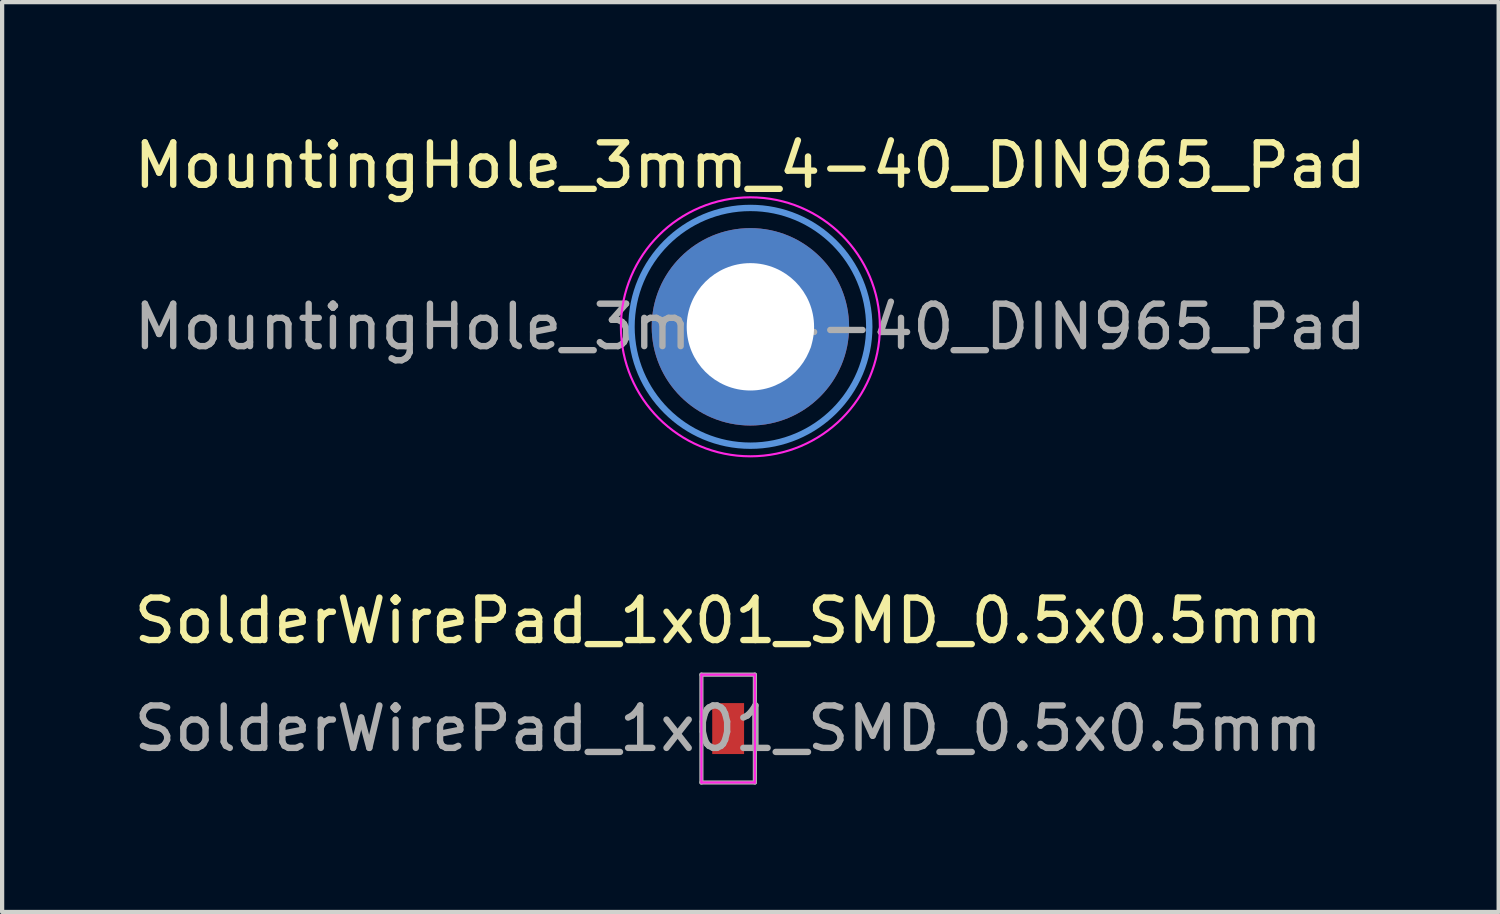
<source format=kicad_pcb>
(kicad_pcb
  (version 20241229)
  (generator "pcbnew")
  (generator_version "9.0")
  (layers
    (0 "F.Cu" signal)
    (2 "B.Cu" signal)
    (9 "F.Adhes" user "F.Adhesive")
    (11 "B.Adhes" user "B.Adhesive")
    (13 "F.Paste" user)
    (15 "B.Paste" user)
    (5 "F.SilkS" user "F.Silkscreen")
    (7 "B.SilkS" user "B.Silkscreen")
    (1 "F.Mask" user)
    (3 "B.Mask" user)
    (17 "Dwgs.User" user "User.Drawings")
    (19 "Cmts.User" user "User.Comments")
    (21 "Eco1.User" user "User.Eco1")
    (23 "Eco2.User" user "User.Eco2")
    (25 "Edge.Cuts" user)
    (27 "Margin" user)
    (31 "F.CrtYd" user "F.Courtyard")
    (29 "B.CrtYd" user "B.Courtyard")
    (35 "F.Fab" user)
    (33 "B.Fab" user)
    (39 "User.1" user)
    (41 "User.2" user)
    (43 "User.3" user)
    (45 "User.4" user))
  (footprint "MountingHole_3mm_4-40_DIN965_Pad"
    (layer "F.Cu")
    (at 14.625 4.648)
    (property "Reference" "MountingHole_3mm_4-40_DIN965_Pad" (at 0 -3.8 0) (layer "F.SilkS") (effects (font (size 1 1) (thickness 0.15))))
    (attr exclude_from_pos_files exclude_from_bom)
    (fp_circle (center 0 0) (end 2.8 0) (stroke (width 0.15) (type solid)) (fill no) (layer "Cmts.User"))
    (fp_circle (center 0 0) (end 3.05 0) (stroke (width 0.05) (type solid)) (fill no) (layer "F.CrtYd"))
    (fp_text user "${REFERENCE}" (at 0 0 0) (layer "F.Fab") (effects (font (size 1 1) (thickness 0.15))))
    (pad "1" thru_hole circle (at 0 0) (size 4.65 4.65) (drill 3) (layers "*.Cu" "*.Mask")))
  (footprint "SolderWirePad_1x01_SMD_0.5x0.5mm"
    (layer "F.Cu")
    (at 14.101 14.111)
    (property "Reference" "SolderWirePad_1x01_SMD_0.5x0.5mm" (at 0 -2.54 0) (layer "F.SilkS") (effects (font (size 1 1) (thickness 0.15))))
    (attr exclude_from_pos_files exclude_from_bom)
    (fp_line (start -0.63 -1.27) (end -0.63 1.27) (stroke (width 0.05) (type solid)) (layer "F.CrtYd"))
    (fp_line (start -0.63 1.27) (end 0.63 1.27) (stroke (width 0.05) (type solid)) (layer "F.CrtYd"))
    (fp_line (start 0.63 -1.27) (end -0.63 -1.27) (stroke (width 0.05) (type solid)) (layer "F.CrtYd"))
    (fp_line (start 0.63 1.27) (end 0.63 -1.27) (stroke (width 0.05) (type solid)) (layer "F.CrtYd"))
    (fp_line (start -0.63 -1.27) (end 0.63 -1.27) (stroke (width 0.1) (type solid)) (layer "F.Fab"))
    (fp_line (start -0.63 1.27) (end -0.63 -1.27) (stroke (width 0.1) (type solid)) (layer "F.Fab"))
    (fp_line (start 0.63 -1.27) (end 0.63 1.27) (stroke (width 0.1) (type solid)) (layer "F.Fab"))
    (fp_line (start 0.63 1.27) (end -0.63 1.27) (stroke (width 0.1) (type solid)) (layer "F.Fab"))
    (fp_text user "${REFERENCE}" (at 0 0 0) (layer "F.Fab") (effects (font (size 1 1) (thickness 0.15))))
    (pad "1" smd rect (at 0 0) (size 0.75 1.2) (layers "F.Cu" "F.Mask" "F.Paste")))
  (gr_rect
    (start -3 -3)
    (end 32.25 18.431)
    (stroke (width 0.1) (type default))
    (fill no)
    (layer "Edge.Cuts")))
</source>
